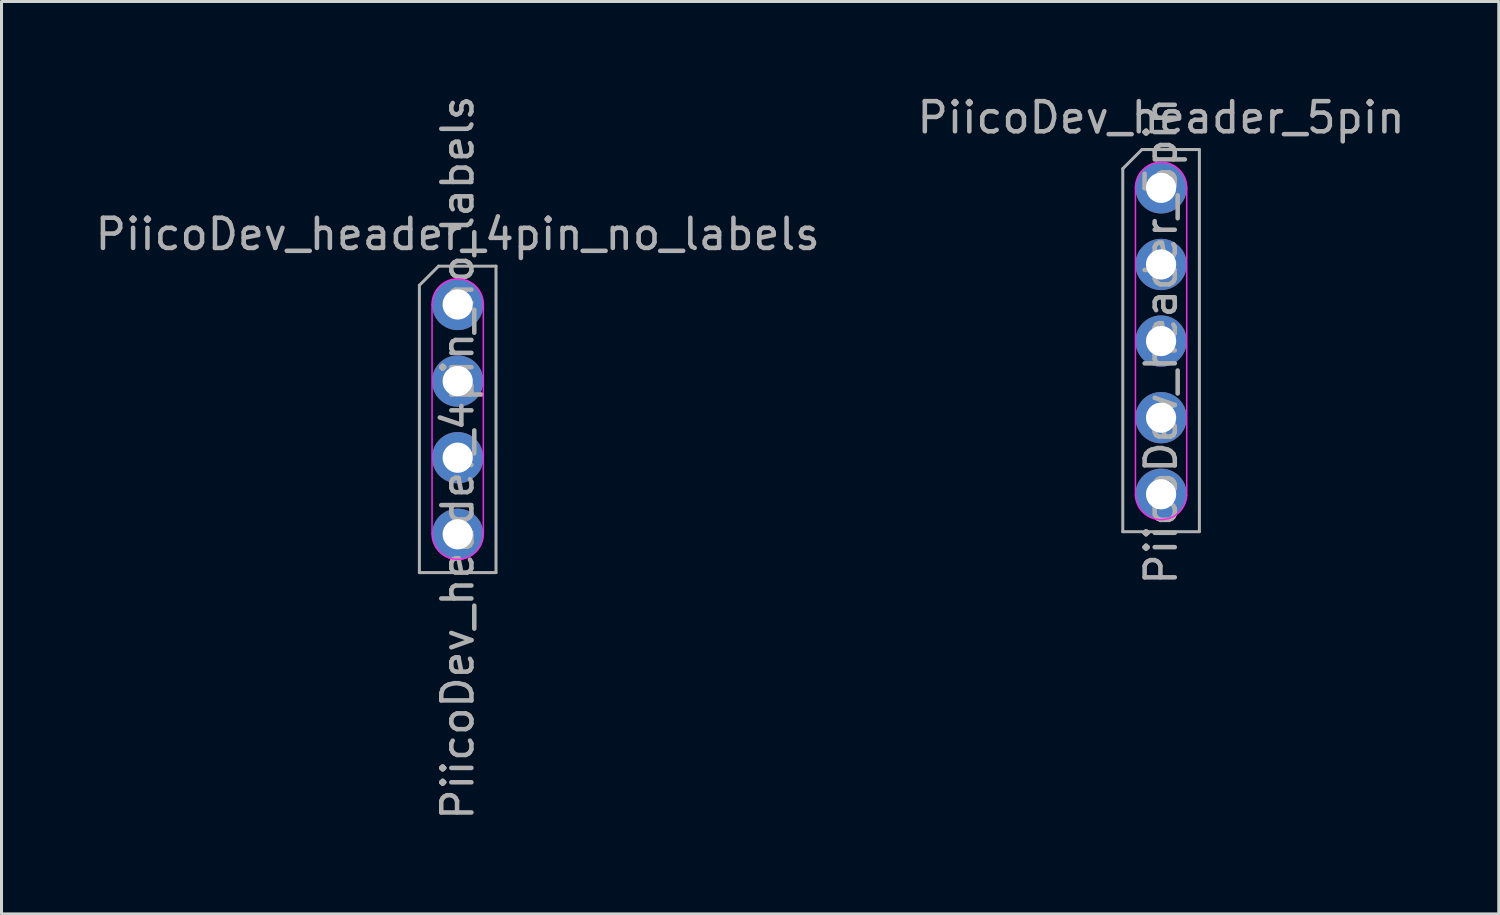
<source format=kicad_pcb>
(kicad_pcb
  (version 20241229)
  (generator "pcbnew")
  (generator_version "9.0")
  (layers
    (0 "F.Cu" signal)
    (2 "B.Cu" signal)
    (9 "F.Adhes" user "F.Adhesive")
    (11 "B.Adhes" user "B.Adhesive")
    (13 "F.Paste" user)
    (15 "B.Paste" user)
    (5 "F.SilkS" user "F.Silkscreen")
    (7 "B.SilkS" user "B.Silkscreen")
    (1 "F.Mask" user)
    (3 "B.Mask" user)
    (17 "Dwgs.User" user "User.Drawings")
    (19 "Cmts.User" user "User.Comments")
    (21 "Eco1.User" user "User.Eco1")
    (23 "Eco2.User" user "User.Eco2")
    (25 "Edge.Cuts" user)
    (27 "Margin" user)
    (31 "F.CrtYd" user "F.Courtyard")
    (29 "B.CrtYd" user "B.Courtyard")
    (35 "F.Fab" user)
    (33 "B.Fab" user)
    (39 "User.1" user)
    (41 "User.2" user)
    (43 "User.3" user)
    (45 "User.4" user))
  (footprint "PiicoDev_header_5pin"
    (layer "F.Cu")
    (at 35.446 3.178)
    (property "Reference" "PiicoDev_header_5pin" (at 0 -2.33 0) (layer "F.Fab") (effects (font (size 1 1) (thickness 0.15))))
    (attr through_hole)
    (fp_line (start -0.85 0) (end -0.85 10.2) (stroke (width 0.05) (type solid)) (layer "F.CrtYd"))
    (fp_line (start 0.85 0) (end 0.85 10.2) (stroke (width 0.05) (type solid)) (layer "F.CrtYd"))
    (fp_arc (start -0.85 0) (mid 0 -0.85) (end 0.85 0) (stroke (width 0.05) (type solid)) (layer "F.CrtYd"))
    (fp_arc (start 0.85 10.2) (mid 0 11.000662) (end -0.85 10.2) (stroke (width 0.05) (type solid)) (layer "F.CrtYd"))
    (fp_line (start -1.27 -0.635) (end -0.635 -1.27) (stroke (width 0.1) (type solid)) (layer "F.Fab"))
    (fp_line (start -1.27 11.4) (end -1.27 -0.635) (stroke (width 0.1) (type solid)) (layer "F.Fab"))
    (fp_line (start -0.635 -1.27) (end 1.27 -1.27) (stroke (width 0.1) (type solid)) (layer "F.Fab"))
    (fp_line (start 1.27 -1.27) (end 1.27 11.4) (stroke (width 0.1) (type solid)) (layer "F.Fab"))
    (fp_line (start 1.27 11.4) (end -1.27 11.4) (stroke (width 0.1) (type solid)) (layer "F.Fab"))
    (fp_text user "${REFERENCE}" (at 0 5.08 90) (layer "F.Fab") (effects (font (size 1 1) (thickness 0.15))))
    (pad "1" thru_hole circle (at 0 0) (size 1.7 1.7) (drill 1) (layers "*.Cu" "*.Mask"))
    (pad "2" thru_hole oval (at 0 2.54) (size 1.7 1.7) (drill 1) (layers "*.Cu" "*.Mask"))
    (pad "3" thru_hole oval (at 0 5.08) (size 1.7 1.7) (drill 1) (layers "*.Cu" "*.Mask"))
    (pad "4" thru_hole oval (at 0 7.62) (size 1.7 1.7) (drill 1) (layers "*.Cu" "*.Mask"))
    (pad "5" thru_hole oval (at 0 10.16) (size 1.7 1.7) (drill 1) (layers "*.Cu" "*.Mask")))
  (footprint "PiicoDev_header_4pin_no_labels"
    (layer "F.Cu")
    (at 12.125 7.045)
    (property "Reference" "PiicoDev_header_4pin_no_labels" (at 0 -2.33 0) (layer "F.Fab") (effects (font (size 1 1) (thickness 0.15))))
    (attr through_hole)
    (fp_line (start -0.85 0) (end -0.85 7.6) (stroke (width 0.05) (type solid)) (layer "F.CrtYd"))
    (fp_line (start 0.85 0) (end 0.85 7.6) (stroke (width 0.05) (type solid)) (layer "F.CrtYd"))
    (fp_arc (start -0.85 0) (mid 0 -0.85) (end 0.85 0) (stroke (width 0.05) (type solid)) (layer "F.CrtYd"))
    (fp_arc (start 0.85 7.6) (mid 0 8.45) (end -0.85 7.6) (stroke (width 0.05) (type solid)) (layer "F.CrtYd"))
    (fp_line (start -1.27 -0.635) (end -0.635 -1.27) (stroke (width 0.1) (type solid)) (layer "F.Fab"))
    (fp_line (start -1.27 8.89) (end -1.27 -0.635) (stroke (width 0.1) (type solid)) (layer "F.Fab"))
    (fp_line (start -0.635 -1.27) (end 1.27 -1.27) (stroke (width 0.1) (type solid)) (layer "F.Fab"))
    (fp_line (start 1.27 -1.27) (end 1.27 8.89) (stroke (width 0.1) (type solid)) (layer "F.Fab"))
    (fp_line (start 1.27 8.89) (end -1.27 8.89) (stroke (width 0.1) (type solid)) (layer "F.Fab"))
    (fp_text user "${REFERENCE}" (at 0 5.08 90) (layer "F.Fab") (effects (font (size 1 1) (thickness 0.15))))
    (pad "1" thru_hole circle (at 0 0) (size 1.7 1.7) (drill 1) (layers "*.Cu" "*.Mask"))
    (pad "2" thru_hole oval (at 0 2.54) (size 1.7 1.7) (drill 1) (layers "*.Cu" "*.Mask"))
    (pad "3" thru_hole oval (at 0 5.08) (size 1.7 1.7) (drill 1) (layers "*.Cu" "*.Mask"))
    (pad "4" thru_hole oval (at 0 7.62) (size 1.7 1.7) (drill 1) (layers "*.Cu" "*.Mask")))
  (gr_rect
    (start -3 -3)
    (end 46.643 27.25)
    (stroke (width 0.1) (type default))
    (fill no)
    (layer "Edge.Cuts")))
</source>
